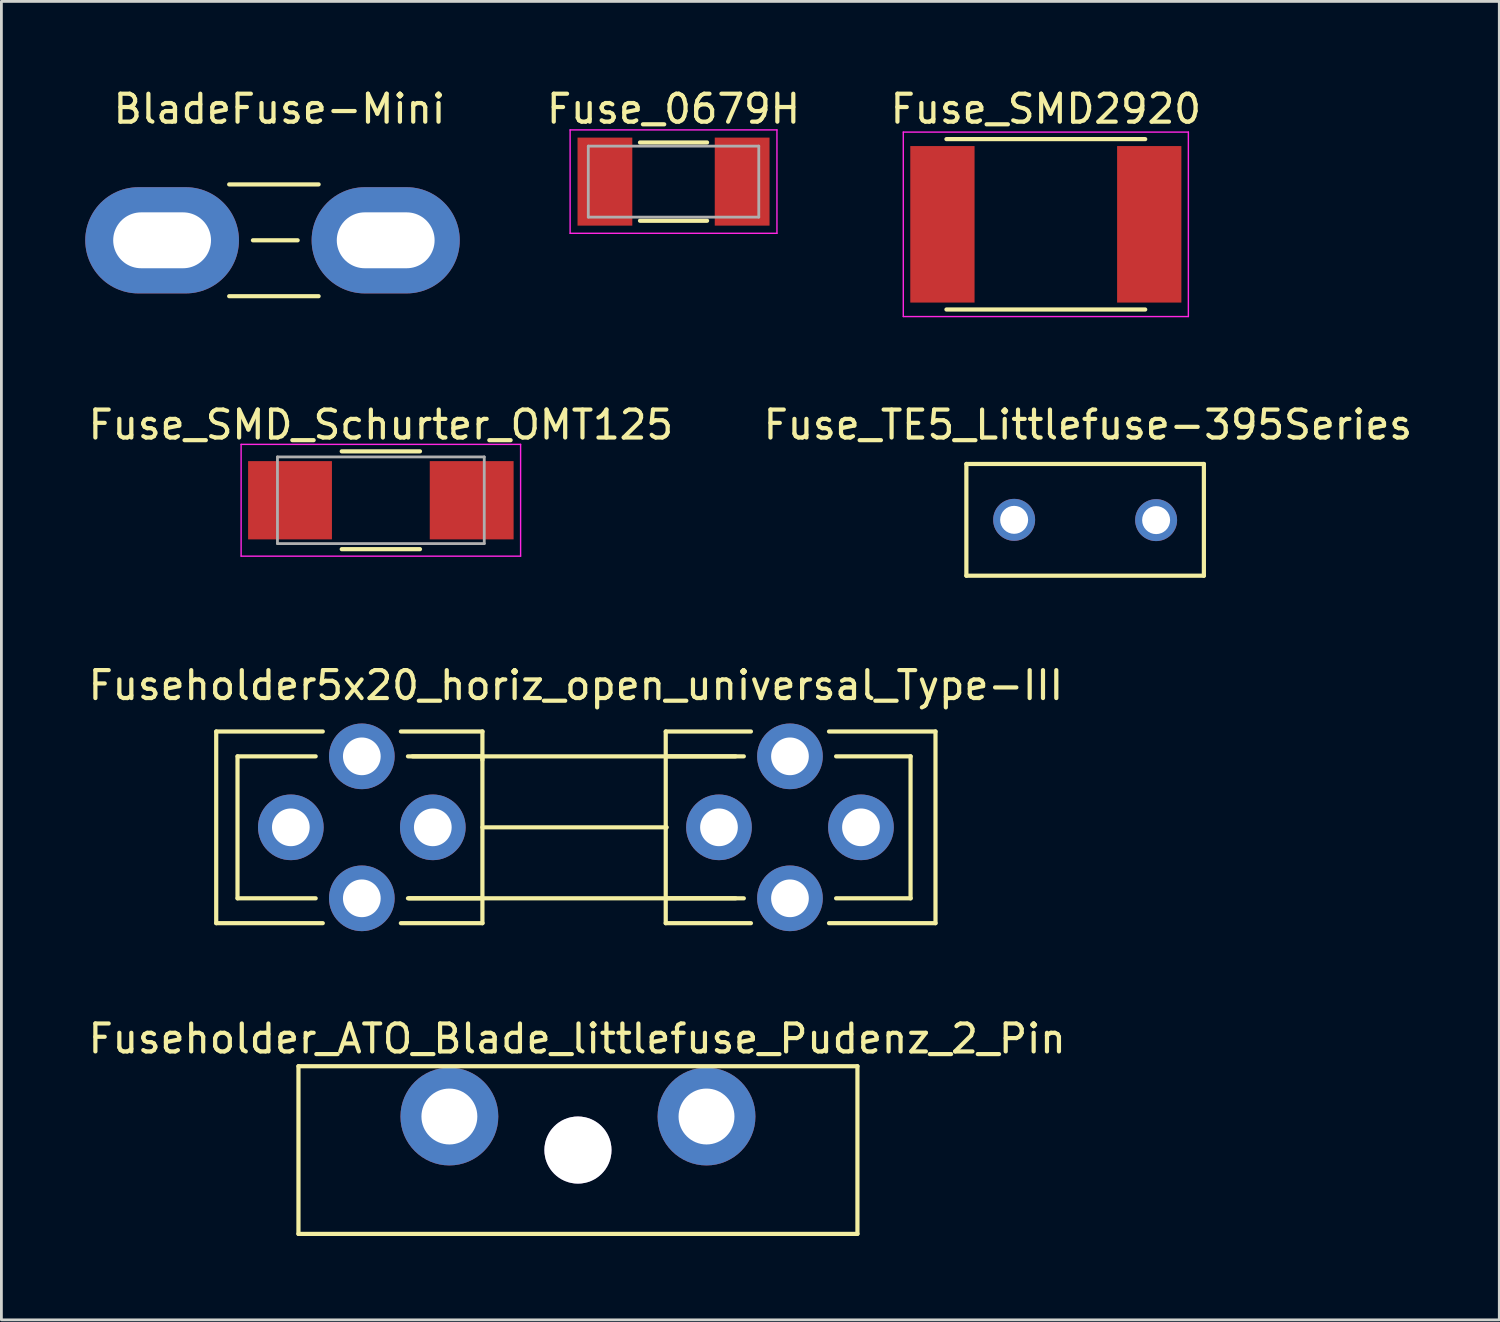
<source format=kicad_pcb>
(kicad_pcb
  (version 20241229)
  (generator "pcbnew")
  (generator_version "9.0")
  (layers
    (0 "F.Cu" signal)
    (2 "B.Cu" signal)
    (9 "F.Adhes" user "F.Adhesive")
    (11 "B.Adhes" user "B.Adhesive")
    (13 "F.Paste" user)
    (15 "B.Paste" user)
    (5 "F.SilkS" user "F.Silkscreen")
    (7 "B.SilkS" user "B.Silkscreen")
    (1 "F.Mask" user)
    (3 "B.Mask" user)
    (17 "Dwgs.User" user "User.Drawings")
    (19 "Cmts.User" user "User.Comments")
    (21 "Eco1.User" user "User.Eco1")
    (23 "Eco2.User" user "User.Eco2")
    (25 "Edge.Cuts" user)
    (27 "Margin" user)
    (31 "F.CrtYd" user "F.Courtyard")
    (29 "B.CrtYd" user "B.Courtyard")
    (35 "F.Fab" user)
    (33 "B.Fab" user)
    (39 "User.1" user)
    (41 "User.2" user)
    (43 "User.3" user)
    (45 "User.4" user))
  (footprint "BladeFuse-Mini"
    (layer "F.Cu")
    (at 6.75 5.548)
    (property "Reference" "BladeFuse-Mini" (at 0.2 -4.7 0) (layer "F.SilkS") (effects (font (size 1 1) (thickness 0.15))))
    (attr through_hole)
    (fp_line (start -1.6 -2) (end 1.6 -2) (stroke (width 0.15) (type solid)) (layer "F.SilkS"))
    (fp_line (start -0.75 0) (end 0.85 0) (stroke (width 0.15) (type solid)) (layer "F.SilkS"))
    (fp_line (start 1.6 2) (end -1.6 2) (stroke (width 0.15) (type solid)) (layer "F.SilkS"))
    (pad "1" thru_hole oval (at -4 0) (size 5.5 3.8) (drill oval 3.5 2) (layers "*.Cu" "*.Mask"))
    (pad "2" thru_hole oval (at 4 0) (size 5.3 3.8) (drill oval 3.5 2) (layers "*.Cu" "*.Mask")))
  (footprint "Fuse_SMD2920"
    (layer "F.Cu")
    (at 34.37 4.976)
    (property "Reference" "Fuse_SMD2920" (at 0 -4.128 0) (layer "F.SilkS") (effects (font (size 1 1) (thickness 0.15))))
    (attr smd)
    (fp_line (start -3.556 -3.048) (end 3.556 -3.048) (stroke (width 0.15) (type solid)) (layer "F.SilkS"))
    (fp_line (start -3.556 3.048) (end 3.556 3.048) (stroke (width 0.15) (type solid)) (layer "F.SilkS"))
    (fp_line (start -5.1 -3.3) (end -5.1 3.3) (stroke (width 0.05) (type solid)) (layer "F.CrtYd"))
    (fp_line (start -5.1 -3.3) (end 5.1 -3.3) (stroke (width 0.05) (type solid)) (layer "F.CrtYd"))
    (fp_line (start -5.1 3.3) (end 5.1 3.3) (stroke (width 0.05) (type solid)) (layer "F.CrtYd"))
    (fp_line (start 5.1 -3.3) (end 5.1 3.3) (stroke (width 0.05) (type solid)) (layer "F.CrtYd"))
    (pad "1" smd rect (at -3.7 0 90) (size 5.6 2.3) (layers "F.Cu" "F.Mask" "F.Paste"))
    (pad "2" smd rect (at 3.7 0 90) (size 5.6 2.3) (layers "F.Cu" "F.Mask" "F.Paste")))
  (footprint "Fuse_TE5_Littlefuse-395Series"
    (layer "F.Cu")
    (at 35.776 15.55)
    (property "Reference" "Fuse_TE5_Littlefuse-395Series" (at 0.099 -3.401 0) (layer "F.SilkS") (effects (font (size 1 1) (thickness 0.15))))
    (attr through_hole)
    (fp_line (start -4.249 -1.999) (end -4.249 1.999) (stroke (width 0.15) (type solid)) (layer "F.SilkS"))
    (fp_line (start -4.249 1.999) (end 4.249 1.999) (stroke (width 0.15) (type solid)) (layer "F.SilkS"))
    (fp_line (start 4.249 -1.999) (end -4.249 -1.999) (stroke (width 0.15) (type solid)) (layer "F.SilkS"))
    (fp_line (start 4.249 1.999) (end 4.249 -1.999) (stroke (width 0.15) (type solid)) (layer "F.SilkS"))
    (pad "1" thru_hole circle (at -2.54 0) (size 1.501 1.501) (drill 1.001) (layers "*.Cu" "*.Mask"))
    (pad "2" thru_hole circle (at 2.54 0.01) (size 1.501 1.501) (drill 1.001) (layers "*.Cu" "*.Mask")))
  (footprint "Fuseholder5x20_horiz_open_universal_Type-III"
    (layer "F.Cu")
    (at 17.554 26.552)
    (property "Reference" "Fuseholder5x20_horiz_open_universal_Type-III" (at 0 -5.08 0) (layer "F.SilkS") (effects (font (size 1 1) (thickness 0.15))))
    (attr through_hole)
    (fp_line (start -12.868 -3.429) (end -12.868 3.429) (stroke (width 0.15) (type solid)) (layer "F.SilkS"))
    (fp_line (start -12.865 -3.429) (end -9.055 -3.429) (stroke (width 0.15) (type solid)) (layer "F.SilkS"))
    (fp_line (start -12.865 3.429) (end -9.055 3.429) (stroke (width 0.15) (type solid)) (layer "F.SilkS"))
    (fp_line (start -12.106 -2.54) (end -12.106 2.54) (stroke (width 0.15) (type solid)) (layer "F.SilkS"))
    (fp_line (start -12.103 -2.54) (end -9.309 -2.54) (stroke (width 0.15) (type solid)) (layer "F.SilkS"))
    (fp_line (start -12.103 2.54) (end -9.309 2.54) (stroke (width 0.15) (type solid)) (layer "F.SilkS"))
    (fp_line (start -5.842 -2.54) (end 5.715 -2.54) (stroke (width 0.15) (type solid)) (layer "F.SilkS"))
    (fp_line (start -3.343 -3.429) (end -3.343 -2.413) (stroke (width 0.15) (type solid)) (layer "F.SilkS"))
    (fp_line (start -3.343 0) (end -3.343 -2.54) (stroke (width 0.15) (type solid)) (layer "F.SilkS"))
    (fp_line (start -3.343 2.54) (end -3.343 0) (stroke (width 0.15) (type solid)) (layer "F.SilkS"))
    (fp_line (start -3.343 3.429) (end -3.343 2.54) (stroke (width 0.15) (type solid)) (layer "F.SilkS"))
    (fp_line (start -3.34 -3.429) (end -6.261 -3.429) (stroke (width 0.15) (type solid)) (layer "F.SilkS"))
    (fp_line (start -3.34 -2.54) (end -6.007 -2.54) (stroke (width 0.15) (type solid)) (layer "F.SilkS"))
    (fp_line (start -3.34 2.54) (end -6.007 2.54) (stroke (width 0.15) (type solid)) (layer "F.SilkS"))
    (fp_line (start -3.34 3.429) (end -6.261 3.429) (stroke (width 0.15) (type solid)) (layer "F.SilkS"))
    (fp_line (start -3.251 0) (end 3.251 0) (stroke (width 0.15) (type solid)) (layer "F.SilkS"))
    (fp_line (start 3.216 -3.429) (end 3.216 -2.54) (stroke (width 0.15) (type solid)) (layer "F.SilkS"))
    (fp_line (start 3.216 -3.429) (end 6.264 -3.429) (stroke (width 0.15) (type solid)) (layer "F.SilkS"))
    (fp_line (start 3.216 -2.54) (end 6.01 -2.54) (stroke (width 0.15) (type solid)) (layer "F.SilkS"))
    (fp_line (start 3.216 0) (end 3.216 -2.54) (stroke (width 0.15) (type solid)) (layer "F.SilkS"))
    (fp_line (start 3.216 2.54) (end 3.216 0) (stroke (width 0.15) (type solid)) (layer "F.SilkS"))
    (fp_line (start 3.216 2.54) (end 6.01 2.54) (stroke (width 0.15) (type solid)) (layer "F.SilkS"))
    (fp_line (start 3.216 3.429) (end 3.216 2.54) (stroke (width 0.15) (type solid)) (layer "F.SilkS"))
    (fp_line (start 3.216 3.429) (end 6.264 3.429) (stroke (width 0.15) (type solid)) (layer "F.SilkS"))
    (fp_line (start 5.715 2.54) (end -5.969 2.54) (stroke (width 0.15) (type solid)) (layer "F.SilkS"))
    (fp_line (start 11.976 -2.54) (end 11.976 2.54) (stroke (width 0.15) (type solid)) (layer "F.SilkS"))
    (fp_line (start 11.979 -2.54) (end 9.312 -2.54) (stroke (width 0.15) (type solid)) (layer "F.SilkS"))
    (fp_line (start 11.979 2.54) (end 9.312 2.54) (stroke (width 0.15) (type solid)) (layer "F.SilkS"))
    (fp_line (start 12.868 -3.429) (end 9.058 -3.429) (stroke (width 0.15) (type solid)) (layer "F.SilkS"))
    (fp_line (start 12.868 -3.429) (end 12.868 3.429) (stroke (width 0.15) (type solid)) (layer "F.SilkS"))
    (fp_line (start 12.868 3.429) (end 9.058 3.429) (stroke (width 0.15) (type solid)) (layer "F.SilkS"))
    (pad "1" thru_hole circle (at -10.198 0) (size 2.349 2.349) (drill 1.349) (layers "*.Cu" "*.Mask"))
    (pad "1" thru_hole circle (at -7.658 -2.54) (size 2.349 2.349) (drill 1.349) (layers "*.Cu" "*.Mask"))
    (pad "1" thru_hole circle (at -7.658 2.54) (size 2.349 2.349) (drill 1.349) (layers "*.Cu" "*.Mask"))
    (pad "1" thru_hole circle (at -5.118 0) (size 2.349 2.349) (drill 1.349) (layers "*.Cu" "*.Mask"))
    (pad "2" thru_hole circle (at 5.121 0) (size 2.349 2.349) (drill 1.349) (layers "*.Cu" "*.Mask"))
    (pad "2" thru_hole circle (at 7.661 -2.54) (size 2.349 2.349) (drill 1.349) (layers "*.Cu" "*.Mask"))
    (pad "2" thru_hole circle (at 7.661 2.54) (size 2.349 2.349) (drill 1.349) (layers "*.Cu" "*.Mask"))
    (pad "2" thru_hole circle (at 10.201 0) (size 2.349 2.349) (drill 1.349) (layers "*.Cu" "*.Mask")))
  (footprint "Fuseholder_ATO_Blade_littlefuse_Pudenz_2_Pin"
    (layer "F.Cu")
    (at 13.029 36.899)
    (property "Reference" "Fuseholder_ATO_Blade_littlefuse_Pudenz_2_Pin" (at 4.572 -2.784 0) (layer "F.SilkS") (effects (font (size 1 1) (thickness 0.15))))
    (attr through_hole)
    (fp_line (start -5.4 -1.8) (end 14.6 -1.8) (stroke (width 0.15) (type solid)) (layer "F.SilkS"))
    (fp_line (start -5.4 4.2) (end -5.4 -1.8) (stroke (width 0.15) (type solid)) (layer "F.SilkS"))
    (fp_line (start 14.6 -1.8) (end 14.6 4.2) (stroke (width 0.15) (type solid)) (layer "F.SilkS"))
    (fp_line (start 14.6 4.2) (end -5.4 4.2) (stroke (width 0.15) (type solid)) (layer "F.SilkS"))
    (pad "" thru_hole circle (at 4.6 1.2) (size 2.4 2.4) (drill 2.4) (layers "*.Cu" "*.Mask"))
    (pad "1" thru_hole circle (at 0 0) (size 3.5 3.5) (drill 2) (layers "*.Cu" "*.Mask"))
    (pad "2" thru_hole circle (at 9.2 0) (size 3.5 3.5) (drill 2) (layers "*.Cu" "*.Mask")))
  (footprint "Fuse_SMD_Schurter_OMT125"
    (layer "F.Cu")
    (at 10.577 14.849)
    (property "Reference" "Fuse_SMD_Schurter_OMT125" (at 0 -2.7 0) (layer "F.SilkS") (effects (font (size 1 1) (thickness 0.15))))
    (attr smd)
    (fp_line (start -1.4 -1.75) (end 1.4 -1.75) (stroke (width 0.15) (type solid)) (layer "F.SilkS"))
    (fp_line (start -1.4 1.75) (end 1.4 1.75) (stroke (width 0.15) (type solid)) (layer "F.SilkS"))
    (fp_line (start -5 -2) (end -5 2) (stroke (width 0.05) (type solid)) (layer "F.CrtYd"))
    (fp_line (start -5 2) (end 5 2) (stroke (width 0.05) (type solid)) (layer "F.CrtYd"))
    (fp_line (start 5 -2) (end -5 -2) (stroke (width 0.05) (type solid)) (layer "F.CrtYd"))
    (fp_line (start 5 -2) (end 5 2) (stroke (width 0.05) (type solid)) (layer "F.CrtYd"))
    (fp_line (start -3.7 -1.55) (end -3.7 1.55) (stroke (width 0.1) (type solid)) (layer "F.Fab"))
    (fp_line (start -3.7 1.55) (end 3.7 1.55) (stroke (width 0.1) (type solid)) (layer "F.Fab"))
    (fp_line (start 3.7 -1.55) (end -3.7 -1.55) (stroke (width 0.1) (type solid)) (layer "F.Fab"))
    (fp_line (start 3.7 1.55) (end 3.7 -1.55) (stroke (width 0.1) (type solid)) (layer "F.Fab"))
    (pad "1" smd rect (at -3.25 0) (size 3 2.8) (layers "F.Cu" "F.Mask" "F.Paste"))
    (pad "2" smd rect (at 3.25 0) (size 3 2.8) (layers "F.Cu" "F.Mask" "F.Paste")))
  (footprint "Fuse_0679H"
    (layer "F.Cu")
    (at 21.049 3.448)
    (property "Reference" "Fuse_0679H" (at 0 -2.6 0) (layer "F.SilkS") (effects (font (size 1 1) (thickness 0.15))))
    (attr smd)
    (fp_line (start -1.2 -1.4) (end 1.2 -1.4) (stroke (width 0.15) (type solid)) (layer "F.SilkS"))
    (fp_line (start -1.2 1.4) (end 1.2 1.4) (stroke (width 0.15) (type solid)) (layer "F.SilkS"))
    (fp_line (start -3.7 -1.85) (end 3.7 -1.85) (stroke (width 0.05) (type solid)) (layer "F.CrtYd"))
    (fp_line (start -3.7 1.85) (end -3.7 -1.85) (stroke (width 0.05) (type solid)) (layer "F.CrtYd"))
    (fp_line (start 3.7 -1.85) (end 3.7 1.85) (stroke (width 0.05) (type solid)) (layer "F.CrtYd"))
    (fp_line (start 3.7 1.85) (end -3.7 1.85) (stroke (width 0.05) (type solid)) (layer "F.CrtYd"))
    (fp_line (start -3.05 -1.27) (end 3.05 -1.27) (stroke (width 0.1) (type solid)) (layer "F.Fab"))
    (fp_line (start -3.05 1.27) (end -3.05 -1.27) (stroke (width 0.1) (type solid)) (layer "F.Fab"))
    (fp_line (start 3.05 -1.27) (end 3.05 1.27) (stroke (width 0.1) (type solid)) (layer "F.Fab"))
    (fp_line (start 3.05 1.27) (end -3.05 1.27) (stroke (width 0.1) (type solid)) (layer "F.Fab"))
    (pad "1" smd rect (at -2.455 0) (size 1.96 3.15) (layers "F.Cu" "F.Mask" "F.Paste"))
    (pad "2" smd rect (at 2.455 0) (size 1.96 3.15) (layers "F.Cu" "F.Mask" "F.Paste")))
  (gr_rect
    (start -3 -3)
    (end 50.595 44.174)
    (stroke (width 0.1) (type default))
    (fill no)
    (layer "Edge.Cuts")))
</source>
